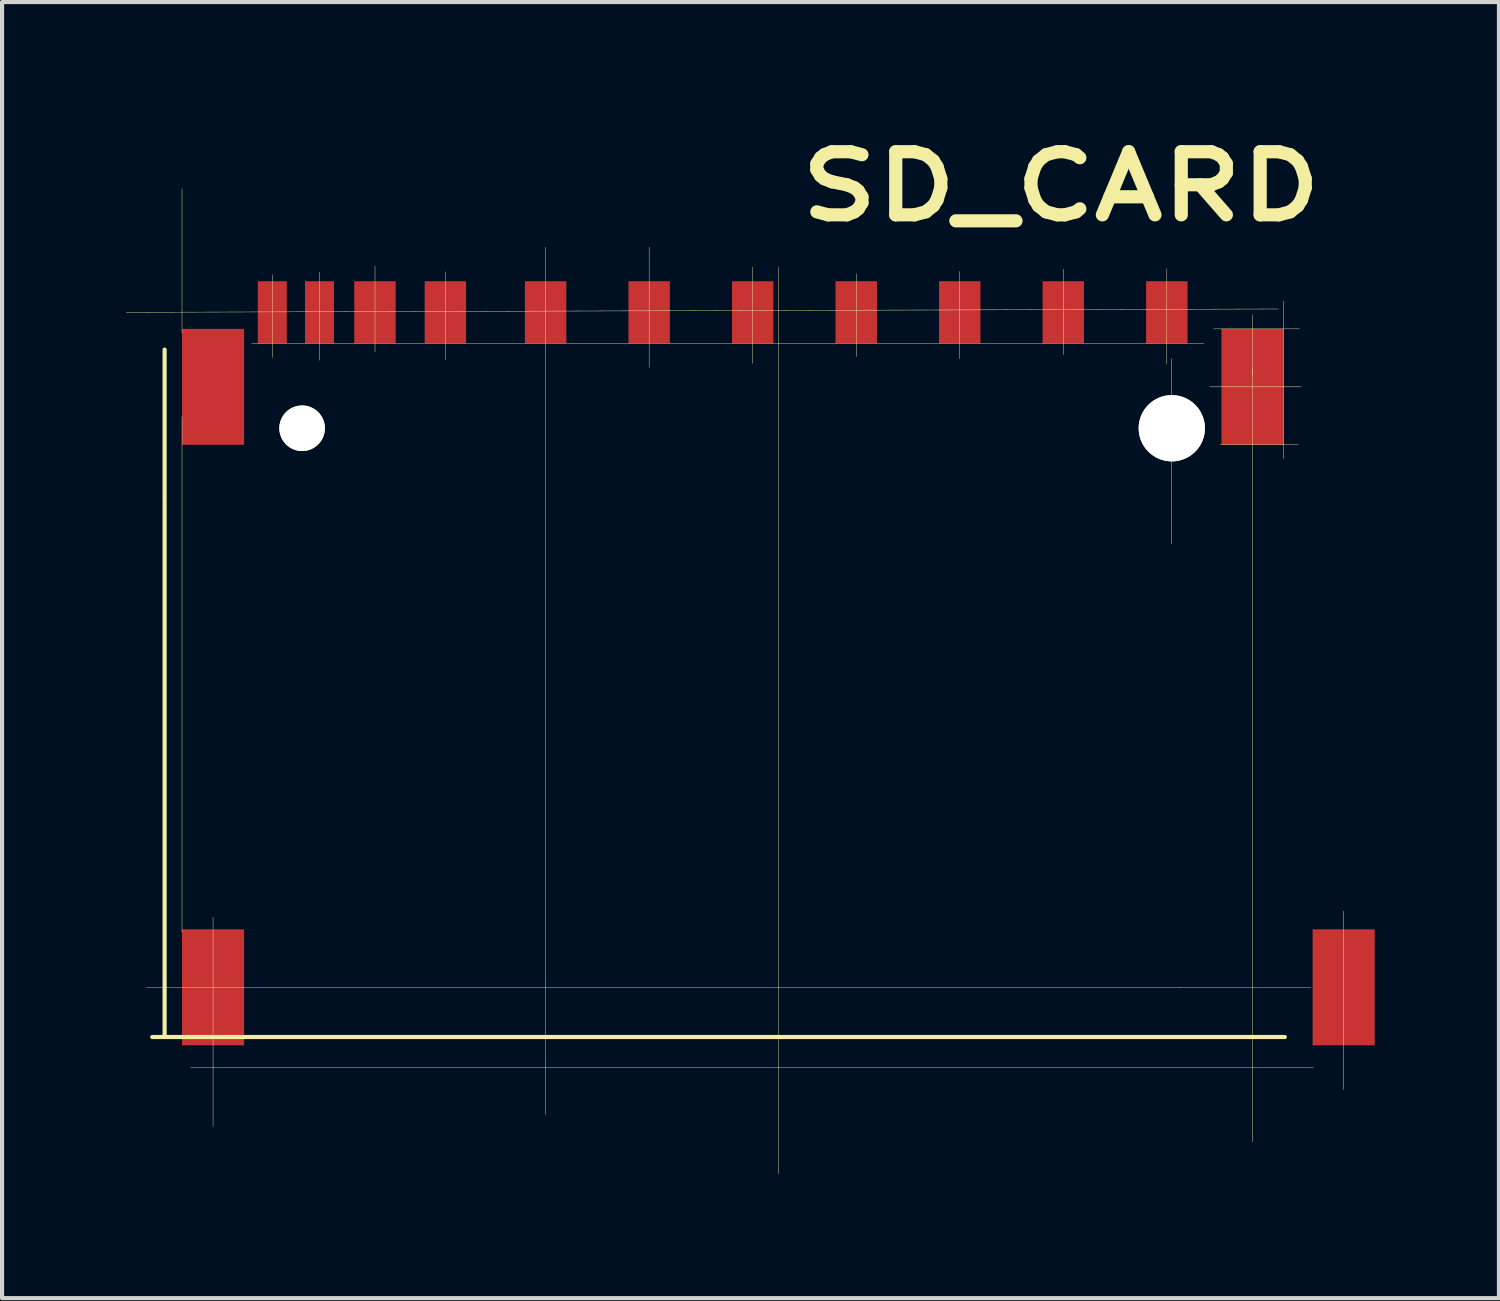
<source format=kicad_pcb>
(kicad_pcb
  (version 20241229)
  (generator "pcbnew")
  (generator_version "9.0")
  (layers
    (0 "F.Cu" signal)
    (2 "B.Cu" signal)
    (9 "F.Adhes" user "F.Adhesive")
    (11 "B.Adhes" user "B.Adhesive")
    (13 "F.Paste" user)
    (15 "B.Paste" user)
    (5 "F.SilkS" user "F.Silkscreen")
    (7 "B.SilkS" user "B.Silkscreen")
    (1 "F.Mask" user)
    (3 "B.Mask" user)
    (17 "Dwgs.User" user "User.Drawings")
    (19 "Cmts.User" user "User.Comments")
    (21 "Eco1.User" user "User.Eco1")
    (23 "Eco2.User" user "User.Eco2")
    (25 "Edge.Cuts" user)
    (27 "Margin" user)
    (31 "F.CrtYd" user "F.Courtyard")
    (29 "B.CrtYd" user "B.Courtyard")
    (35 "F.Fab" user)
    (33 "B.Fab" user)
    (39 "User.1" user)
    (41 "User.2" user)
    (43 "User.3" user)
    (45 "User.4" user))
  (footprint "SD_CARD"
    (layer "F.Cu")
    (at 10.125 7.291)
    (property "Reference" "SD_CARD" (at 12.446 -5.842 0) (layer "F.SilkS") (effects (font (size 1.524 1.905) (thickness 0.318))))
    (attr through_hole)
    (fp_line (start -10.12 -2.8) (end 17.69 -2.88) (stroke (width 0.01) (type solid)) (layer "F.SilkS"))
    (fp_line (start -9.5 14.7) (end 17.85 14.7) (stroke (width 0.1) (type solid)) (layer "F.SilkS"))
    (fp_line (start -9.2 -1.9) (end -9.2 1.8) (stroke (width 0.1) (type solid)) (layer "F.SilkS"))
    (fp_line (start -9.2 1.85) (end -9.2 14.7) (stroke (width 0.1) (type solid)) (layer "F.SilkS"))
    (fp_line (start -8.78 -2.29) (end -8.78 -5.78) (stroke (width 0.01) (type solid)) (layer "F.SilkS"))
    (fp_line (start -8.78 -0.28) (end -8.78 12.17) (stroke (width 0.01) (type solid)) (layer "F.SilkS"))
    (fp_line (start -8.57 15.44) (end 18.54 15.44) (stroke (width 0.01) (type solid)) (layer "F.SilkS"))
    (fp_line (start -8.03 11.81) (end -8.03 16.86) (stroke (width 0.01) (type solid)) (layer "F.SilkS"))
    (fp_line (start -7.1 -2.05) (end 15.9 -2.05) (stroke (width 0.01) (type solid)) (layer "F.SilkS"))
    (fp_line (start -6.6 -3.71) (end -6.6 -1.71) (stroke (width 0.01) (type solid)) (layer "F.SilkS"))
    (fp_line (start -5.46 -3.77) (end -5.46 -1.64) (stroke (width 0.01) (type solid)) (layer "F.SilkS"))
    (fp_line (start -4.12 -3.92) (end -4.12 -1.84) (stroke (width 0.01) (type solid)) (layer "F.SilkS"))
    (fp_line (start -2.42 -3.78) (end -2.42 -1.66) (stroke (width 0.01) (type solid)) (layer "F.SilkS"))
    (fp_line (start 0 -4.37) (end 0 16.57) (stroke (width 0.01) (type solid)) (layer "F.SilkS"))
    (fp_line (start 2.5 -4.37) (end 2.5 -1.47) (stroke (width 0.01) (type solid)) (layer "F.SilkS"))
    (fp_line (start 5 -3.89) (end 5 -1.57) (stroke (width 0.01) (type solid)) (layer "F.SilkS"))
    (fp_line (start 5.62 -3.9) (end 5.62 18) (stroke (width 0.01) (type solid)) (layer "F.SilkS"))
    (fp_line (start 7.5 -3.73) (end 7.5 -1.73) (stroke (width 0.01) (type solid)) (layer "F.SilkS"))
    (fp_line (start 10 -3.79) (end 10 -1.68) (stroke (width 0.01) (type solid)) (layer "F.SilkS"))
    (fp_line (start 12.5 -3.84) (end 12.5 -1.78) (stroke (width 0.01) (type solid)) (layer "F.SilkS"))
    (fp_line (start 15 -3.85) (end 15 -1.55) (stroke (width 0.01) (type solid)) (layer "F.SilkS"))
    (fp_line (start 15.12 -1.68) (end 15.12 2.79) (stroke (width 0.01) (type solid)) (layer "F.SilkS"))
    (fp_line (start 15.31 13.5) (end -9.64 13.5) (stroke (width 0.01) (type solid)) (layer "F.SilkS"))
    (fp_line (start 16.04 -1) (end 18.24 -1) (stroke (width 0.01) (type solid)) (layer "F.SilkS"))
    (fp_line (start 16.13 -2.4) (end 18.2 -2.4) (stroke (width 0.01) (type solid)) (layer "F.SilkS"))
    (fp_line (start 16.29 0.4) (end 18.17 0.4) (stroke (width 0.01) (type solid)) (layer "F.SilkS"))
    (fp_line (start 17.07 -1.44) (end 17.07 17.23) (stroke (width 0.01) (type solid)) (layer "F.SilkS"))
    (fp_line (start 17.07 -1.27) (end 17.07 -2.74) (stroke (width 0.01) (type solid)) (layer "F.SilkS"))
    (fp_line (start 17.82 -3.07) (end 17.82 0.72) (stroke (width 0.01) (type solid)) (layer "F.SilkS"))
    (fp_line (start 17.82 0.72) (end 17.82 0.71) (stroke (width 0.01) (type solid)) (layer "F.SilkS"))
    (fp_line (start 18.48 13.5) (end 15.3 13.5) (stroke (width 0.01) (type solid)) (layer "F.SilkS"))
    (fp_line (start 19.27 11.66) (end 19.27 15.97) (stroke (width 0.01) (type solid)) (layer "F.SilkS"))
    (pad "" np_thru_hole circle (at -5.88 0) (size 1.1 1.1) (drill 1.1) (layers "*.Cu" "*.Mask" "F.SilkS"))
    (pad "" np_thru_hole circle (at 15.12 0) (size 1.6 1.6) (drill 1.6) (layers "*.Cu" "*.Mask" "F.SilkS"))
    (pad "1" smd rect (at 12.5 -2.8) (size 1 1.5) (layers "F.Cu" "F.Mask"))
    (pad "2" smd rect (at 10 -2.8) (size 1 1.5) (layers "F.Cu" "F.Mask"))
    (pad "3" smd rect (at 7.5 -2.8) (size 1 1.5) (layers "F.Cu" "F.Mask"))
    (pad "4" smd rect (at 5 -2.8) (size 1 1.5) (layers "F.Cu" "F.Mask"))
    (pad "5" smd rect (at 2.5 -2.8) (size 1 1.5) (layers "F.Cu" "F.Mask"))
    (pad "6" smd rect (at 0 -2.8) (size 1 1.5) (layers "F.Cu" "F.Mask"))
    (pad "7" smd rect (at -2.42 -2.8) (size 1 1.5) (layers "F.Cu" "F.Mask"))
    (pad "8" smd rect (at -4.12 -2.8) (size 1 1.5) (layers "F.Cu" "F.Mask"))
    (pad "9" smd rect (at 15 -2.8) (size 1 1.5) (layers "F.Cu" "F.Mask"))
    (pad "10" smd rect (at -5.46 -2.8) (size 0.7 1.5) (layers "F.Cu" "F.Mask"))
    (pad "11" smd rect (at -6.6 -2.8) (size 0.7 1.5) (layers "F.Cu" "F.Mask"))
    (pad "12" smd rect (at 17.07 -1) (size 1.5 2.8) (layers "F.Cu" "F.Mask"))
    (pad "13" smd rect (at -8.03 -1) (size 1.5 2.8) (layers "F.Cu" "F.Mask"))
    (pad "14" smd rect (at -8.03 13.5) (size 1.5 2.8) (layers "F.Cu" "F.Mask"))
    (pad "15" smd rect (at 19.27 13.5) (size 1.5 2.8) (layers "F.Cu" "F.Mask")))
  (gr_rect
    (start -3 -3)
    (end 33.145 28.296)
    (stroke (width 0.1) (type default))
    (fill no)
    (layer "Edge.Cuts")))
</source>
